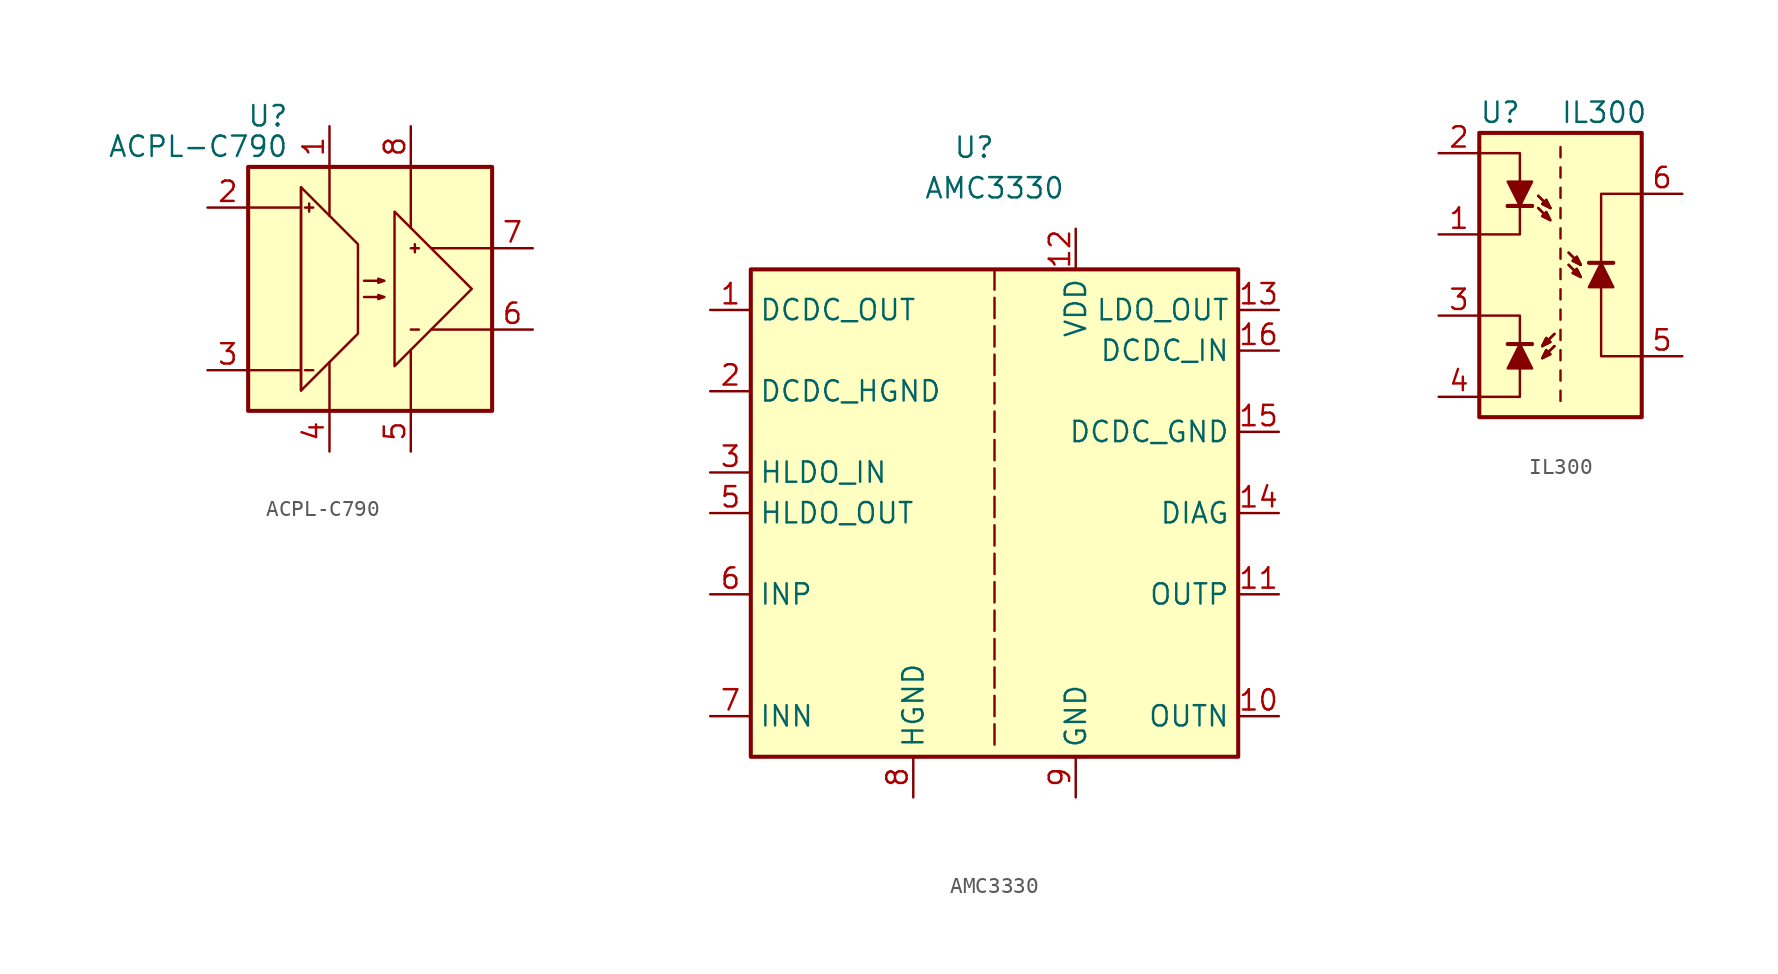
<source format=kicad_sym>
(kicad_symbol_lib
  (version 20241209)
  (generator "kicad_symbol_editor")
  (generator_version "9.0")
  (symbol "ACPL-C790"
    (pin_names
      (offset 0)
      (hide yes))
    (property "Reference" "U"
      (at -5.08 10.795 0)
      (effects (font (size 1.27 1.27)) (justify right)))
    (property "Value" "ACPL-C790"
      (at -5.08 8.89 0)
      (effects (font (size 1.27 1.27)) (justify right)))
    (symbol "ACPL-C790_0_1"
      (rectangle (start -7.62 7.62) (end 7.62 -7.62) (stroke (width 0.254) (type default)) (fill (type background)))
      (polyline (pts (xy -7.62 5.08) (xy -4.318 5.08)) (stroke (width 0) (type default)) (fill (type none)))
      (polyline (pts (xy -7.62 -5.08) (xy -4.318 -5.08)) (stroke (width 0) (type default)) (fill (type none)))
      (polyline (pts (xy -4.318 6.35) (xy -4.318 -6.35)) (stroke (width 0) (type default)) (fill (type none)))
      (polyline (pts (xy -4.318 -6.35) (xy -0.762 -2.794) (xy -0.762 2.794) (xy -4.318 6.35) (xy -4.318 -6.35)) (stroke (width 0) (type default)) (fill (type none)))
      (polyline (pts (xy -4.064 5.08) (xy -3.556 5.08)) (stroke (width 0) (type default)) (fill (type none)))
      (polyline (pts (xy -4.064 -5.08) (xy -3.556 -5.08)) (stroke (width 0) (type default)) (fill (type none)))
      (polyline (pts (xy -3.81 5.334) (xy -3.81 4.826)) (stroke (width 0) (type default)) (fill (type none)))
      (polyline (pts (xy -2.54 7.62) (xy -2.54 4.572)) (stroke (width 0) (type default)) (fill (type none)))
      (polyline (pts (xy -2.54 -7.62) (xy -2.54 -4.572)) (stroke (width 0) (type default)) (fill (type none)))
      (polyline (pts (xy -0.381 0.508) (xy 0.889 0.508) (xy 0.508 0.381) (xy 0.508 0.635) (xy 0.889 0.508)) (stroke (width 0) (type default)) (fill (type none)))
      (polyline (pts (xy -0.381 -0.508) (xy 0.889 -0.508) (xy 0.508 -0.635) (xy 0.508 -0.381) (xy 0.889 -0.508)) (stroke (width 0) (type default)) (fill (type none)))
      (polyline (pts (xy 2.54 7.62) (xy 2.54 3.81)) (stroke (width 0) (type default)) (fill (type none)))
      (polyline (pts (xy 2.54 -7.62) (xy 2.54 -3.81)) (stroke (width 0) (type default)) (fill (type none)))
      (polyline (pts (xy 2.794 2.794) (xy 2.794 2.286)) (stroke (width 0) (type default)) (fill (type none)))
      (polyline (pts (xy 3.048 2.54) (xy 2.54 2.54)) (stroke (width 0) (type default)) (fill (type none)))
      (polyline (pts (xy 3.048 -2.54) (xy 2.54 -2.54)) (stroke (width 0) (type default)) (fill (type none)))
      (polyline (pts (xy 6.35 0) (xy 1.524 -4.826) (xy 1.524 4.826) (xy 6.35 0)) (stroke (width 0) (type default)) (fill (type none)))
      (polyline (pts (xy 7.62 2.54) (xy 3.81 2.54)) (stroke (width 0) (type default)) (fill (type none)))
      (polyline (pts (xy 7.62 -2.54) (xy 3.81 -2.54)) (stroke (width 0) (type default)) (fill (type none))))
    (symbol "ACPL-C790_1_1"
      (pin input line (at -10.16 5.08 0) (length 2.54) (name "IN+" (effects (font (size 1.27 1.27)))) (number "2" (effects (font (size 1.27 1.27)))))
      (pin input line (at -10.16 -5.08 0) (length 2.54) (name "IN-" (effects (font (size 1.27 1.27)))) (number "3" (effects (font (size 1.27 1.27)))))
      (pin power_in line (at -2.54 10.16 270) (length 2.54) (name "VDD1" (effects (font (size 1.27 1.27)))) (number "1" (effects (font (size 1.27 1.27)))))
      (pin power_in line (at -2.54 -10.16 90) (length 2.54) (name "GND1" (effects (font (size 1.27 1.27)))) (number "4" (effects (font (size 1.27 1.27)))))
      (pin power_in line (at 2.54 10.16 270) (length 2.54) (name "VDD2" (effects (font (size 1.27 1.27)))) (number "8" (effects (font (size 1.27 1.27)))))
      (pin power_in line (at 2.54 -10.16 90) (length 2.54) (name "GND2" (effects (font (size 1.27 1.27)))) (number "5" (effects (font (size 1.27 1.27)))))
      (pin output line (at 10.16 2.54 180) (length 2.54) (name "OUT+" (effects (font (size 1.27 1.27)))) (number "7" (effects (font (size 1.27 1.27)))))
      (pin output line (at 10.16 -2.54 180) (length 2.54) (name "OUT-" (effects (font (size 1.27 1.27)))) (number "6" (effects (font (size 1.27 1.27)))))))
  (symbol "AMC3330"
    (property "Reference" "U"
      (at -1.27 22.86 0)
      (effects (font (size 1.27 1.27))))
    (property "Value" "AMC3330"
      (at 0 20.32 0)
      (effects (font (size 1.27 1.27))))
    (symbol "AMC3330_0_1"
      (rectangle (start -15.24 15.24) (end 15.24 -15.24) (stroke (width 0.254) (type default)) (fill (type background)))
      (polyline (pts (xy 0 15.24) (xy 0 13.97)) (stroke (width 0) (type default)) (fill (type none)))
      (polyline (pts (xy 0 13.462) (xy 0 12.192)) (stroke (width 0) (type default)) (fill (type none)))
      (polyline (pts (xy 0 11.684) (xy 0 10.414)) (stroke (width 0) (type default)) (fill (type none)))
      (polyline (pts (xy 0 9.906) (xy 0 8.636)) (stroke (width 0) (type default)) (fill (type none)))
      (polyline (pts (xy 0 8.128) (xy 0 6.858)) (stroke (width 0) (type default)) (fill (type none)))
      (polyline (pts (xy 0 6.35) (xy 0 5.08)) (stroke (width 0) (type default)) (fill (type none)))
      (polyline (pts (xy 0 4.572) (xy 0 3.302)) (stroke (width 0) (type default)) (fill (type none)))
      (polyline (pts (xy 0 2.794) (xy 0 1.524)) (stroke (width 0) (type default)) (fill (type none)))
      (polyline (pts (xy 0 1.016) (xy 0 -0.254)) (stroke (width 0) (type default)) (fill (type none)))
      (polyline (pts (xy 0 -0.762) (xy 0 -2.032)) (stroke (width 0) (type default)) (fill (type none)))
      (polyline (pts (xy 0 -2.54) (xy 0 -3.81)) (stroke (width 0) (type default)) (fill (type none)))
      (polyline (pts (xy 0 -4.318) (xy 0 -5.588)) (stroke (width 0) (type default)) (fill (type none)))
      (polyline (pts (xy 0 -6.096) (xy 0 -7.366)) (stroke (width 0) (type default)) (fill (type none)))
      (polyline (pts (xy 0 -7.874) (xy 0 -9.144)) (stroke (width 0) (type default)) (fill (type none)))
      (polyline (pts (xy 0 -9.652) (xy 0 -10.922)) (stroke (width 0) (type default)) (fill (type none)))
      (polyline (pts (xy 0 -11.43) (xy 0 -12.7)) (stroke (width 0) (type default)) (fill (type none)))
      (polyline (pts (xy 0 -13.208) (xy 0 -14.478)) (stroke (width 0) (type default)) (fill (type none))))
    (symbol "AMC3330_1_1"
      (pin power_out line (at -17.78 12.7 0) (length 2.54) (name "DCDC_OUT" (effects (font (size 1.27 1.27)))) (number "1" (effects (font (size 1.27 1.27)))))
      (pin power_out line (at -17.78 7.62 0) (length 2.54) (name "DCDC_HGND" (effects (font (size 1.27 1.27)))) (number "2" (effects (font (size 1.27 1.27)))))
      (pin power_in line (at -17.78 2.54 0) (length 2.54) (name "HLDO_IN" (effects (font (size 1.27 1.27)))) (number "3" (effects (font (size 1.27 1.27)))))
      (pin power_out line (at -17.78 0 0) (length 2.54) (name "HLDO_OUT" (effects (font (size 1.27 1.27)))) (number "5" (effects (font (size 1.27 1.27)))))
      (pin input line (at -17.78 -5.08 0) (length 2.54) (name "INP" (effects (font (size 1.27 1.27)))) (number "6" (effects (font (size 1.27 1.27)))))
      (pin input line (at -17.78 -12.7 0) (length 2.54) (name "INN" (effects (font (size 1.27 1.27)))) (number "7" (effects (font (size 1.27 1.27)))))
      (pin no_connect line (at -7.62 -15.24 90) (length 2.54) (hide yes) (name "NC" (effects (font (size 1.27 1.27)))) (number "4" (effects (font (size 1.27 1.27)))))
      (pin power_in line (at -5.08 -17.78 90) (length 2.54) (name "HGND" (effects (font (size 1.27 1.27)))) (number "8" (effects (font (size 1.27 1.27)))))
      (pin power_in line (at 5.08 17.78 270) (length 2.54) (name "VDD" (effects (font (size 1.27 1.27)))) (number "12" (effects (font (size 1.27 1.27)))))
      (pin power_in line (at 5.08 -17.78 90) (length 2.54) (name "GND" (effects (font (size 1.27 1.27)))) (number "9" (effects (font (size 1.27 1.27)))))
      (pin power_out line (at 17.78 12.7 180) (length 2.54) (name "LDO_OUT" (effects (font (size 1.27 1.27)))) (number "13" (effects (font (size 1.27 1.27)))))
      (pin power_in line (at 17.78 10.16 180) (length 2.54) (name "DCDC_IN" (effects (font (size 1.27 1.27)))) (number "16" (effects (font (size 1.27 1.27)))))
      (pin power_in line (at 17.78 5.08 180) (length 2.54) (name "DCDC_GND" (effects (font (size 1.27 1.27)))) (number "15" (effects (font (size 1.27 1.27)))))
      (pin output line (at 17.78 0 180) (length 2.54) (name "DIAG" (effects (font (size 1.27 1.27)))) (number "14" (effects (font (size 1.27 1.27)))))
      (pin output line (at 17.78 -5.08 180) (length 2.54) (name "OUTP" (effects (font (size 1.27 1.27)))) (number "11" (effects (font (size 1.27 1.27)))))
      (pin output line (at 17.78 -12.7 180) (length 2.54) (name "OUTN" (effects (font (size 1.27 1.27)))) (number "10" (effects (font (size 1.27 1.27)))))))
  (symbol "IL300"
    (pin_names
      (offset 1.016))
    (property "Reference" "U"
      (at -5.08 10.16 0)
      (effects (font (size 1.27 1.27)) (justify left)))
    (property "Value" "IL300"
      (at 0 10.16 0)
      (effects (font (size 1.27 1.27)) (justify left)))
    (symbol "IL300_0_1"
      (rectangle (start -5.08 8.89) (end 5.08 -8.89) (stroke (width 0.254) (type default)) (fill (type background)))
      (polyline (pts (xy -5.08 7.62) (xy -2.54 7.62) (xy -2.54 2.54) (xy -5.08 2.54)) (stroke (width 0) (type default)) (fill (type none)))
      (polyline (pts (xy -5.08 -2.54) (xy -2.54 -2.54) (xy -2.54 -7.62) (xy -5.08 -7.62)) (stroke (width 0) (type default)) (fill (type none)))
      (polyline (pts (xy -3.302 5.842) (xy -1.778 5.842) (xy -2.54 4.318) (xy -3.302 5.842)) (stroke (width 0) (type default)) (fill (type outline)))
      (polyline (pts (xy -3.302 -4.318) (xy -1.778 -4.318)) (stroke (width 0.254) (type default)) (fill (type none)))
      (polyline (pts (xy -3.302 -5.842) (xy -2.54 -4.318) (xy -1.778 -5.842) (xy -3.302 -5.842)) (stroke (width 0) (type default)) (fill (type outline)))
      (polyline (pts (xy -1.778 4.318) (xy -3.302 4.318)) (stroke (width 0.254) (type default)) (fill (type none)))
      (polyline (pts (xy -1.778 4.318) (xy -3.302 4.318)) (stroke (width 0.254) (type default)) (fill (type none)))
      (polyline (pts (xy -1.397 4.953) (xy -0.635 4.191) (xy -0.635 4.191)) (stroke (width 0) (type default)) (fill (type none)))
      (polyline (pts (xy -1.397 4.953) (xy -0.635 4.191) (xy -0.635 4.191)) (stroke (width 0) (type default)) (fill (type none)))
      (polyline (pts (xy -1.397 4.191) (xy -0.635 3.429) (xy -0.889 3.937) (xy -1.143 3.683) (xy -0.635 3.429) (xy -0.635 3.429)) (stroke (width 0) (type default)) (fill (type none)))
      (polyline (pts (xy -1.397 4.191) (xy -0.635 3.429) (xy -0.889 3.937) (xy -1.143 3.683) (xy -0.635 3.429) (xy -0.635 3.429)) (stroke (width 0) (type default)) (fill (type none)))
      (polyline (pts (xy -1.143 -4.445) (xy -0.889 -3.937) (xy -0.635 -4.191) (xy -1.143 -4.445) (xy -1.143 -4.445)) (stroke (width 0) (type default)) (fill (type none)))
      (polyline (pts (xy -1.143 -4.445) (xy -0.889 -3.937) (xy -0.635 -4.191) (xy -1.143 -4.445) (xy -1.143 -4.445)) (stroke (width 0) (type default)) (fill (type none)))
      (polyline (pts (xy -0.635 4.191) (xy -0.889 4.699) (xy -1.143 4.445) (xy -0.635 4.191) (xy -0.635 4.191)) (stroke (width 0) (type default)) (fill (type none)))
      (polyline (pts (xy -0.635 4.191) (xy -0.889 4.699) (xy -1.143 4.445) (xy -0.635 4.191) (xy -0.635 4.191)) (stroke (width 0) (type default)) (fill (type none)))
      (polyline (pts (xy -0.381 -3.683) (xy -1.143 -4.445) (xy -1.143 -4.445)) (stroke (width 0) (type default)) (fill (type none)))
      (polyline (pts (xy -0.381 -3.683) (xy -1.143 -4.445) (xy -1.143 -4.445)) (stroke (width 0) (type default)) (fill (type none)))
      (polyline (pts (xy -0.381 -4.445) (xy -1.143 -5.207) (xy -0.889 -4.699) (xy -0.635 -4.953) (xy -1.143 -5.207) (xy -1.143 -5.207)) (stroke (width 0) (type default)) (fill (type none)))
      (polyline (pts (xy -0.381 -4.445) (xy -1.143 -5.207) (xy -0.889 -4.699) (xy -0.635 -4.953) (xy -1.143 -5.207) (xy -1.143 -5.207)) (stroke (width 0) (type default)) (fill (type none)))
      (polyline (pts (xy 0 8.001) (xy 0 7.366)) (stroke (width 0) (type default)) (fill (type none)))
      (polyline (pts (xy 0 6.731) (xy 0 6.096)) (stroke (width 0) (type default)) (fill (type none)))
      (polyline (pts (xy 0 5.461) (xy 0 4.826)) (stroke (width 0) (type default)) (fill (type none)))
      (polyline (pts (xy 0 4.191) (xy 0 3.556)) (stroke (width 0) (type default)) (fill (type none)))
      (polyline (pts (xy 0 2.921) (xy 0 2.286)) (stroke (width 0) (type default)) (fill (type none)))
      (polyline (pts (xy 0 1.651) (xy 0 1.016)) (stroke (width 0) (type default)) (fill (type none)))
      (polyline (pts (xy 0 0.381) (xy 0 -0.254)) (stroke (width 0) (type default)) (fill (type none)))
      (polyline (pts (xy 0 -0.889) (xy 0 -1.524)) (stroke (width 0) (type default)) (fill (type none)))
      (polyline (pts (xy 0 -2.159) (xy 0 -2.794)) (stroke (width 0) (type default)) (fill (type none)))
      (polyline (pts (xy 0 -3.429) (xy 0 -4.064)) (stroke (width 0) (type default)) (fill (type none)))
      (polyline (pts (xy 0 -4.699) (xy 0 -5.334)) (stroke (width 0) (type default)) (fill (type none)))
      (polyline (pts (xy 0 -5.969) (xy 0 -6.604)) (stroke (width 0) (type default)) (fill (type none)))
      (polyline (pts (xy 0 -7.239) (xy 0 -7.874)) (stroke (width 0) (type default)) (fill (type none)))
      (polyline (pts (xy 0.508 1.397) (xy 1.27 0.635) (xy 1.27 0.635)) (stroke (width 0) (type default)) (fill (type none)))
      (polyline (pts (xy 0.508 1.397) (xy 1.27 0.635) (xy 1.27 0.635)) (stroke (width 0) (type default)) (fill (type none)))
      (polyline (pts (xy 0.508 0.635) (xy 1.27 -0.127) (xy 1.016 0.381) (xy 0.762 0.127) (xy 1.27 -0.127) (xy 1.27 -0.127)) (stroke (width 0) (type default)) (fill (type none)))
      (polyline (pts (xy 0.508 0.635) (xy 1.27 -0.127) (xy 1.016 0.381) (xy 0.762 0.127) (xy 1.27 -0.127) (xy 1.27 -0.127)) (stroke (width 0) (type default)) (fill (type none)))
      (polyline (pts (xy 1.27 0.635) (xy 1.016 1.143) (xy 0.762 0.889) (xy 1.27 0.635) (xy 1.27 0.635)) (stroke (width 0) (type default)) (fill (type none)))
      (polyline (pts (xy 1.27 0.635) (xy 1.016 1.143) (xy 0.762 0.889) (xy 1.27 0.635) (xy 1.27 0.635)) (stroke (width 0) (type default)) (fill (type none)))
      (polyline (pts (xy 1.778 0.762) (xy 3.302 0.762)) (stroke (width 0.254) (type default)) (fill (type none)))
      (polyline (pts (xy 3.302 -0.762) (xy 1.778 -0.762) (xy 2.54 0.762) (xy 3.302 -0.762)) (stroke (width 0) (type default)) (fill (type outline)))
      (polyline (pts (xy 5.08 5.08) (xy 2.54 5.08) (xy 2.54 -5.08) (xy 5.08 -5.08)) (stroke (width 0) (type default)) (fill (type none))))
    (symbol "IL300_1_1"
      (pin passive line (at -7.62 7.62 0) (length 2.54) (name "~" (effects (font (size 1.27 1.27)))) (number "2" (effects (font (size 1.27 1.27)))))
      (pin passive line (at -7.62 2.54 0) (length 2.54) (name "~" (effects (font (size 1.27 1.27)))) (number "1" (effects (font (size 1.27 1.27)))))
      (pin passive line (at -7.62 -2.54 0) (length 2.54) (name "~" (effects (font (size 1.27 1.27)))) (number "3" (effects (font (size 1.27 1.27)))))
      (pin passive line (at -7.62 -7.62 0) (length 2.54) (name "~" (effects (font (size 1.27 1.27)))) (number "4" (effects (font (size 1.27 1.27)))))
      (pin no_connect line (at 5.08 2.54 180) (length 2.54) (hide yes) (name "NC" (effects (font (size 1.27 1.27)))) (number "7" (effects (font (size 1.27 1.27)))))
      (pin no_connect line (at 5.08 0 180) (length 2.54) (hide yes) (name "NC" (effects (font (size 1.27 1.27)))) (number "8" (effects (font (size 1.27 1.27)))))
      (pin passive line (at 7.62 5.08 180) (length 2.54) (name "~" (effects (font (size 1.27 1.27)))) (number "6" (effects (font (size 1.27 1.27)))))
      (pin passive line (at 7.62 -5.08 180) (length 2.54) (name "~" (effects (font (size 1.27 1.27)))) (number "5" (effects (font (size 1.27 1.27))))))))
</source>
